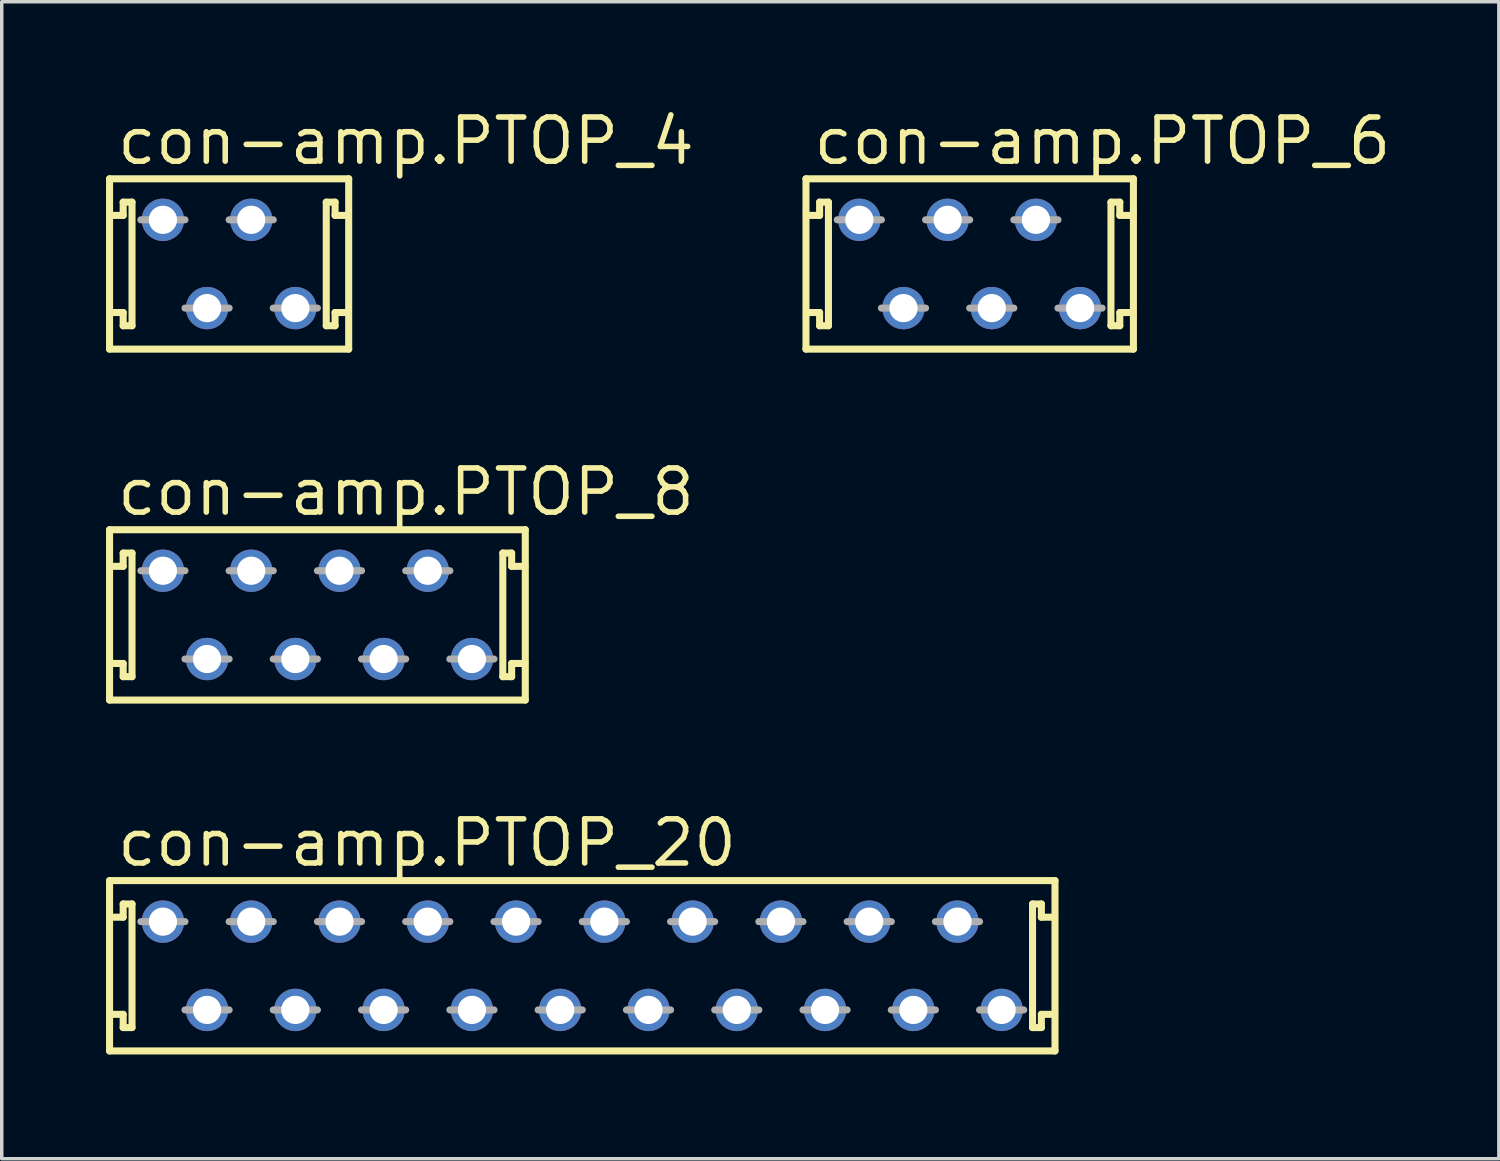
<source format=kicad_pcb>
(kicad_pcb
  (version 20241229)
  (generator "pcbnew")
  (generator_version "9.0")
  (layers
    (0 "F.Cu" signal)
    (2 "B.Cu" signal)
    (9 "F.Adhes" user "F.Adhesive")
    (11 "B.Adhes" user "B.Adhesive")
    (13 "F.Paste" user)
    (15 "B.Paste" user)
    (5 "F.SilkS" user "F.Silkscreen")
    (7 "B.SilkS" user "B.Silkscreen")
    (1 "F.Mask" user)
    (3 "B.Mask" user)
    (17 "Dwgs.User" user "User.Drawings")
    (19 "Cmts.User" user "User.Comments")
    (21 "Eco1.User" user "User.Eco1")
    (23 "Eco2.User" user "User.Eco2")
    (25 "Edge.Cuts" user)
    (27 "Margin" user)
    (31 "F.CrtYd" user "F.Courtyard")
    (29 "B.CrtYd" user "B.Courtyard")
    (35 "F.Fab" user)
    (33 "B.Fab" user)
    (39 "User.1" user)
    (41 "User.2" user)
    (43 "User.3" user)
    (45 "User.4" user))
  (footprint "con-amp.PTOP_6"
    (layer "F.Cu")
    (at 24.848 4.544)
    (property "Reference" "con-amp.PTOP_6" (at -4.572 -2.794 0) (layer "F.SilkS") (effects (font (size 1.27 1.27) (thickness 0.16)) (justify left bottom)))
    (attr through_hole)
    (fp_line (start -4.71 -2.45) (end 4.71 -2.45) (stroke (width 0.203) (type default)) (layer "F.SilkS"))
    (fp_line (start -4.71 2.45) (end -4.71 -2.45) (stroke (width 0.203) (type default)) (layer "F.SilkS"))
    (fp_line (start -4.318 -1.778) (end -4.318 -1.397) (stroke (width 0.203) (type default)) (layer "F.SilkS"))
    (fp_line (start -4.318 -1.397) (end -4.699 -1.397) (stroke (width 0.203) (type default)) (layer "F.SilkS"))
    (fp_line (start -4.318 1.397) (end -4.699 1.397) (stroke (width 0.203) (type default)) (layer "F.SilkS"))
    (fp_line (start -4.318 1.778) (end -4.318 1.397) (stroke (width 0.203) (type default)) (layer "F.SilkS"))
    (fp_line (start -4.064 -1.778) (end -4.318 -1.778) (stroke (width 0.203) (type default)) (layer "F.SilkS"))
    (fp_line (start -4.064 1.778) (end -4.318 1.778) (stroke (width 0.203) (type default)) (layer "F.SilkS"))
    (fp_line (start -4.064 1.778) (end -4.064 -1.778) (stroke (width 0.203) (type default)) (layer "F.SilkS"))
    (fp_line (start 4.064 -1.778) (end 4.064 1.778) (stroke (width 0.203) (type default)) (layer "F.SilkS"))
    (fp_line (start 4.064 -1.778) (end 4.318 -1.778) (stroke (width 0.203) (type default)) (layer "F.SilkS"))
    (fp_line (start 4.064 1.778) (end 4.318 1.778) (stroke (width 0.203) (type default)) (layer "F.SilkS"))
    (fp_line (start 4.318 -1.778) (end 4.318 -1.397) (stroke (width 0.203) (type default)) (layer "F.SilkS"))
    (fp_line (start 4.318 -1.397) (end 4.699 -1.397) (stroke (width 0.203) (type default)) (layer "F.SilkS"))
    (fp_line (start 4.318 1.397) (end 4.699 1.397) (stroke (width 0.203) (type default)) (layer "F.SilkS"))
    (fp_line (start 4.318 1.778) (end 4.318 1.397) (stroke (width 0.203) (type default)) (layer "F.SilkS"))
    (fp_line (start 4.71 -2.45) (end 4.71 2.45) (stroke (width 0.203) (type default)) (layer "F.SilkS"))
    (fp_line (start 4.71 2.45) (end -4.71 2.45) (stroke (width 0.203) (type default)) (layer "F.SilkS"))
    (fp_line (start -3.81 -1.27) (end -2.54 -1.27) (stroke (width 0.203) (type default)) (layer "F.Fab"))
    (fp_line (start -2.54 1.27) (end -1.27 1.27) (stroke (width 0.203) (type default)) (layer "F.Fab"))
    (fp_line (start -1.27 -1.27) (end 0 -1.27) (stroke (width 0.203) (type default)) (layer "F.Fab"))
    (fp_line (start 0 1.27) (end 1.27 1.27) (stroke (width 0.203) (type default)) (layer "F.Fab"))
    (fp_line (start 1.27 -1.27) (end 2.54 -1.27) (stroke (width 0.203) (type default)) (layer "F.Fab"))
    (fp_line (start 2.54 1.27) (end 3.81 1.27) (stroke (width 0.203) (type default)) (layer "F.Fab"))
    (pad "1" thru_hole circle (at -3.175 -1.27) (size 1.219 1.219) (drill 0.813) (layers "*.Cu" "*.Mask"))
    (pad "2" thru_hole circle (at -1.905 1.27) (size 1.219 1.219) (drill 0.813) (layers "*.Cu" "*.Mask"))
    (pad "3" thru_hole circle (at -0.635 -1.27) (size 1.219 1.219) (drill 0.813) (layers "*.Cu" "*.Mask"))
    (pad "4" thru_hole circle (at 0.635 1.27) (size 1.219 1.219) (drill 0.813) (layers "*.Cu" "*.Mask"))
    (pad "5" thru_hole circle (at 1.905 -1.27) (size 1.219 1.219) (drill 0.813) (layers "*.Cu" "*.Mask"))
    (pad "6" thru_hole circle (at 3.175 1.27) (size 1.219 1.219) (drill 0.813) (layers "*.Cu" "*.Mask")))
  (footprint "con-amp.PTOP_8"
    (layer "F.Cu")
    (at 6.082 14.64)
    (property "Reference" "con-amp.PTOP_8" (at -5.842 -2.794 0) (layer "F.SilkS") (effects (font (size 1.27 1.27) (thickness 0.16)) (justify left bottom)))
    (attr through_hole)
    (fp_line (start -5.98 -2.45) (end 5.98 -2.45) (stroke (width 0.203) (type default)) (layer "F.SilkS"))
    (fp_line (start -5.98 2.45) (end -5.98 -2.45) (stroke (width 0.203) (type default)) (layer "F.SilkS"))
    (fp_line (start -5.588 -1.778) (end -5.588 -1.397) (stroke (width 0.203) (type default)) (layer "F.SilkS"))
    (fp_line (start -5.588 -1.397) (end -5.969 -1.397) (stroke (width 0.203) (type default)) (layer "F.SilkS"))
    (fp_line (start -5.588 1.397) (end -5.969 1.397) (stroke (width 0.203) (type default)) (layer "F.SilkS"))
    (fp_line (start -5.588 1.778) (end -5.588 1.397) (stroke (width 0.203) (type default)) (layer "F.SilkS"))
    (fp_line (start -5.334 -1.778) (end -5.588 -1.778) (stroke (width 0.203) (type default)) (layer "F.SilkS"))
    (fp_line (start -5.334 1.778) (end -5.588 1.778) (stroke (width 0.203) (type default)) (layer "F.SilkS"))
    (fp_line (start -5.334 1.778) (end -5.334 -1.778) (stroke (width 0.203) (type default)) (layer "F.SilkS"))
    (fp_line (start 5.334 -1.778) (end 5.334 1.778) (stroke (width 0.203) (type default)) (layer "F.SilkS"))
    (fp_line (start 5.334 -1.778) (end 5.588 -1.778) (stroke (width 0.203) (type default)) (layer "F.SilkS"))
    (fp_line (start 5.334 1.778) (end 5.588 1.778) (stroke (width 0.203) (type default)) (layer "F.SilkS"))
    (fp_line (start 5.588 -1.778) (end 5.588 -1.397) (stroke (width 0.203) (type default)) (layer "F.SilkS"))
    (fp_line (start 5.588 -1.397) (end 5.969 -1.397) (stroke (width 0.203) (type default)) (layer "F.SilkS"))
    (fp_line (start 5.588 1.397) (end 5.969 1.397) (stroke (width 0.203) (type default)) (layer "F.SilkS"))
    (fp_line (start 5.588 1.778) (end 5.588 1.397) (stroke (width 0.203) (type default)) (layer "F.SilkS"))
    (fp_line (start 5.98 -2.45) (end 5.98 2.45) (stroke (width 0.203) (type default)) (layer "F.SilkS"))
    (fp_line (start 5.98 2.45) (end -5.98 2.45) (stroke (width 0.203) (type default)) (layer "F.SilkS"))
    (fp_line (start -5.08 -1.27) (end -3.81 -1.27) (stroke (width 0.203) (type default)) (layer "F.Fab"))
    (fp_line (start -3.81 1.27) (end -2.54 1.27) (stroke (width 0.203) (type default)) (layer "F.Fab"))
    (fp_line (start -2.54 -1.27) (end -1.27 -1.27) (stroke (width 0.203) (type default)) (layer "F.Fab"))
    (fp_line (start -1.27 1.27) (end 0 1.27) (stroke (width 0.203) (type default)) (layer "F.Fab"))
    (fp_line (start 0 -1.27) (end 1.27 -1.27) (stroke (width 0.203) (type default)) (layer "F.Fab"))
    (fp_line (start 1.27 1.27) (end 2.54 1.27) (stroke (width 0.203) (type default)) (layer "F.Fab"))
    (fp_line (start 2.54 -1.27) (end 3.81 -1.27) (stroke (width 0.203) (type default)) (layer "F.Fab"))
    (fp_line (start 3.81 1.27) (end 5.08 1.27) (stroke (width 0.203) (type default)) (layer "F.Fab"))
    (pad "1" thru_hole circle (at -4.445 -1.27) (size 1.219 1.219) (drill 0.813) (layers "*.Cu" "*.Mask"))
    (pad "2" thru_hole circle (at -3.175 1.27) (size 1.219 1.219) (drill 0.813) (layers "*.Cu" "*.Mask"))
    (pad "3" thru_hole circle (at -1.905 -1.27) (size 1.219 1.219) (drill 0.813) (layers "*.Cu" "*.Mask"))
    (pad "4" thru_hole circle (at -0.635 1.27) (size 1.219 1.219) (drill 0.813) (layers "*.Cu" "*.Mask"))
    (pad "5" thru_hole circle (at 0.635 -1.27) (size 1.219 1.219) (drill 0.813) (layers "*.Cu" "*.Mask"))
    (pad "6" thru_hole circle (at 1.905 1.27) (size 1.219 1.219) (drill 0.813) (layers "*.Cu" "*.Mask"))
    (pad "7" thru_hole circle (at 3.175 -1.27) (size 1.219 1.219) (drill 0.813) (layers "*.Cu" "*.Mask"))
    (pad "8" thru_hole circle (at 4.445 1.27) (size 1.219 1.219) (drill 0.813) (layers "*.Cu" "*.Mask")))
  (footprint "con-amp.PTOP_20"
    (layer "F.Cu")
    (at 13.702 24.735)
    (property "Reference" "con-amp.PTOP_20" (at -13.462 -2.794 0) (layer "F.SilkS") (effects (font (size 1.27 1.27) (thickness 0.16)) (justify left bottom)))
    (attr through_hole)
    (fp_line (start -13.6 -2.45) (end 13.6 -2.45) (stroke (width 0.203) (type default)) (layer "F.SilkS"))
    (fp_line (start -13.6 2.45) (end -13.6 -2.45) (stroke (width 0.203) (type default)) (layer "F.SilkS"))
    (fp_line (start -13.208 -1.778) (end -13.208 -1.397) (stroke (width 0.203) (type default)) (layer "F.SilkS"))
    (fp_line (start -13.208 -1.397) (end -13.589 -1.397) (stroke (width 0.203) (type default)) (layer "F.SilkS"))
    (fp_line (start -13.208 1.397) (end -13.589 1.397) (stroke (width 0.203) (type default)) (layer "F.SilkS"))
    (fp_line (start -13.208 1.778) (end -13.208 1.397) (stroke (width 0.203) (type default)) (layer "F.SilkS"))
    (fp_line (start -12.954 -1.778) (end -13.208 -1.778) (stroke (width 0.203) (type default)) (layer "F.SilkS"))
    (fp_line (start -12.954 1.778) (end -13.208 1.778) (stroke (width 0.203) (type default)) (layer "F.SilkS"))
    (fp_line (start -12.954 1.778) (end -12.954 -1.778) (stroke (width 0.203) (type default)) (layer "F.SilkS"))
    (fp_line (start 12.954 -1.778) (end 12.954 1.778) (stroke (width 0.203) (type default)) (layer "F.SilkS"))
    (fp_line (start 12.954 -1.778) (end 13.208 -1.778) (stroke (width 0.203) (type default)) (layer "F.SilkS"))
    (fp_line (start 12.954 1.778) (end 13.208 1.778) (stroke (width 0.203) (type default)) (layer "F.SilkS"))
    (fp_line (start 13.208 -1.778) (end 13.208 -1.397) (stroke (width 0.203) (type default)) (layer "F.SilkS"))
    (fp_line (start 13.208 -1.397) (end 13.589 -1.397) (stroke (width 0.203) (type default)) (layer "F.SilkS"))
    (fp_line (start 13.208 1.397) (end 13.589 1.397) (stroke (width 0.203) (type default)) (layer "F.SilkS"))
    (fp_line (start 13.208 1.778) (end 13.208 1.397) (stroke (width 0.203) (type default)) (layer "F.SilkS"))
    (fp_line (start 13.6 -2.45) (end 13.6 2.45) (stroke (width 0.203) (type default)) (layer "F.SilkS"))
    (fp_line (start 13.6 2.45) (end -13.6 2.45) (stroke (width 0.203) (type default)) (layer "F.SilkS"))
    (fp_line (start -12.7 -1.27) (end -11.43 -1.27) (stroke (width 0.203) (type default)) (layer "F.Fab"))
    (fp_line (start -11.43 1.27) (end -10.16 1.27) (stroke (width 0.203) (type default)) (layer "F.Fab"))
    (fp_line (start -10.16 -1.27) (end -8.89 -1.27) (stroke (width 0.203) (type default)) (layer "F.Fab"))
    (fp_line (start -8.89 1.27) (end -7.62 1.27) (stroke (width 0.203) (type default)) (layer "F.Fab"))
    (fp_line (start -7.62 -1.27) (end -6.35 -1.27) (stroke (width 0.203) (type default)) (layer "F.Fab"))
    (fp_line (start -6.35 1.27) (end -5.08 1.27) (stroke (width 0.203) (type default)) (layer "F.Fab"))
    (fp_line (start -5.08 -1.27) (end -3.81 -1.27) (stroke (width 0.203) (type default)) (layer "F.Fab"))
    (fp_line (start -3.81 1.27) (end -2.54 1.27) (stroke (width 0.203) (type default)) (layer "F.Fab"))
    (fp_line (start -2.54 -1.27) (end -1.27 -1.27) (stroke (width 0.203) (type default)) (layer "F.Fab"))
    (fp_line (start -1.27 1.27) (end 0 1.27) (stroke (width 0.203) (type default)) (layer "F.Fab"))
    (fp_line (start 0 -1.27) (end 1.27 -1.27) (stroke (width 0.203) (type default)) (layer "F.Fab"))
    (fp_line (start 1.27 1.27) (end 2.54 1.27) (stroke (width 0.203) (type default)) (layer "F.Fab"))
    (fp_line (start 2.54 -1.27) (end 3.81 -1.27) (stroke (width 0.203) (type default)) (layer "F.Fab"))
    (fp_line (start 3.81 1.27) (end 5.08 1.27) (stroke (width 0.203) (type default)) (layer "F.Fab"))
    (fp_line (start 5.08 -1.27) (end 6.35 -1.27) (stroke (width 0.203) (type default)) (layer "F.Fab"))
    (fp_line (start 6.35 1.27) (end 7.62 1.27) (stroke (width 0.203) (type default)) (layer "F.Fab"))
    (fp_line (start 7.62 -1.27) (end 8.89 -1.27) (stroke (width 0.203) (type default)) (layer "F.Fab"))
    (fp_line (start 8.89 1.27) (end 10.16 1.27) (stroke (width 0.203) (type default)) (layer "F.Fab"))
    (fp_line (start 10.16 -1.27) (end 11.43 -1.27) (stroke (width 0.203) (type default)) (layer "F.Fab"))
    (fp_line (start 11.43 1.27) (end 12.7 1.27) (stroke (width 0.203) (type default)) (layer "F.Fab"))
    (pad "1" thru_hole circle (at -12.065 -1.27) (size 1.219 1.219) (drill 0.813) (layers "*.Cu" "*.Mask"))
    (pad "2" thru_hole circle (at -10.795 1.27) (size 1.219 1.219) (drill 0.813) (layers "*.Cu" "*.Mask"))
    (pad "3" thru_hole circle (at -9.525 -1.27) (size 1.219 1.219) (drill 0.813) (layers "*.Cu" "*.Mask"))
    (pad "4" thru_hole circle (at -8.255 1.27) (size 1.219 1.219) (drill 0.813) (layers "*.Cu" "*.Mask"))
    (pad "5" thru_hole circle (at -6.985 -1.27) (size 1.219 1.219) (drill 0.813) (layers "*.Cu" "*.Mask"))
    (pad "6" thru_hole circle (at -5.715 1.27) (size 1.219 1.219) (drill 0.813) (layers "*.Cu" "*.Mask"))
    (pad "7" thru_hole circle (at -4.445 -1.27) (size 1.219 1.219) (drill 0.813) (layers "*.Cu" "*.Mask"))
    (pad "8" thru_hole circle (at -3.175 1.27) (size 1.219 1.219) (drill 0.813) (layers "*.Cu" "*.Mask"))
    (pad "9" thru_hole circle (at -1.905 -1.27) (size 1.219 1.219) (drill 0.813) (layers "*.Cu" "*.Mask"))
    (pad "10" thru_hole circle (at -0.635 1.27) (size 1.219 1.219) (drill 0.813) (layers "*.Cu" "*.Mask"))
    (pad "11" thru_hole circle (at 0.635 -1.27) (size 1.219 1.219) (drill 0.813) (layers "*.Cu" "*.Mask"))
    (pad "12" thru_hole circle (at 1.905 1.27) (size 1.219 1.219) (drill 0.813) (layers "*.Cu" "*.Mask"))
    (pad "13" thru_hole circle (at 3.175 -1.27) (size 1.219 1.219) (drill 0.813) (layers "*.Cu" "*.Mask"))
    (pad "14" thru_hole circle (at 4.445 1.27) (size 1.219 1.219) (drill 0.813) (layers "*.Cu" "*.Mask"))
    (pad "15" thru_hole circle (at 5.715 -1.27) (size 1.219 1.219) (drill 0.813) (layers "*.Cu" "*.Mask"))
    (pad "16" thru_hole circle (at 6.985 1.27) (size 1.219 1.219) (drill 0.813) (layers "*.Cu" "*.Mask"))
    (pad "17" thru_hole circle (at 8.255 -1.27) (size 1.219 1.219) (drill 0.813) (layers "*.Cu" "*.Mask"))
    (pad "18" thru_hole circle (at 9.525 1.27) (size 1.219 1.219) (drill 0.813) (layers "*.Cu" "*.Mask"))
    (pad "19" thru_hole circle (at 10.795 -1.27) (size 1.219 1.219) (drill 0.813) (layers "*.Cu" "*.Mask"))
    (pad "20" thru_hole circle (at 12.065 1.27) (size 1.219 1.219) (drill 0.813) (layers "*.Cu" "*.Mask")))
  (footprint "con-amp.PTOP_4"
    (layer "F.Cu")
    (at 3.542 4.544)
    (property "Reference" "con-amp.PTOP_4" (at -3.302 -2.794 0) (layer "F.SilkS") (effects (font (size 1.27 1.27) (thickness 0.16)) (justify left bottom)))
    (attr through_hole)
    (fp_line (start -3.44 -2.45) (end 3.44 -2.45) (stroke (width 0.203) (type default)) (layer "F.SilkS"))
    (fp_line (start -3.44 2.45) (end -3.44 -2.45) (stroke (width 0.203) (type default)) (layer "F.SilkS"))
    (fp_line (start -3.048 -1.778) (end -3.048 -1.397) (stroke (width 0.203) (type default)) (layer "F.SilkS"))
    (fp_line (start -3.048 -1.397) (end -3.429 -1.397) (stroke (width 0.203) (type default)) (layer "F.SilkS"))
    (fp_line (start -3.048 1.397) (end -3.429 1.397) (stroke (width 0.203) (type default)) (layer "F.SilkS"))
    (fp_line (start -3.048 1.778) (end -3.048 1.397) (stroke (width 0.203) (type default)) (layer "F.SilkS"))
    (fp_line (start -2.794 -1.778) (end -3.048 -1.778) (stroke (width 0.203) (type default)) (layer "F.SilkS"))
    (fp_line (start -2.794 1.778) (end -3.048 1.778) (stroke (width 0.203) (type default)) (layer "F.SilkS"))
    (fp_line (start -2.794 1.778) (end -2.794 -1.778) (stroke (width 0.203) (type default)) (layer "F.SilkS"))
    (fp_line (start 2.794 -1.778) (end 2.794 1.778) (stroke (width 0.203) (type default)) (layer "F.SilkS"))
    (fp_line (start 2.794 -1.778) (end 3.048 -1.778) (stroke (width 0.203) (type default)) (layer "F.SilkS"))
    (fp_line (start 2.794 1.778) (end 3.048 1.778) (stroke (width 0.203) (type default)) (layer "F.SilkS"))
    (fp_line (start 3.048 -1.778) (end 3.048 -1.397) (stroke (width 0.203) (type default)) (layer "F.SilkS"))
    (fp_line (start 3.048 -1.397) (end 3.429 -1.397) (stroke (width 0.203) (type default)) (layer "F.SilkS"))
    (fp_line (start 3.048 1.397) (end 3.429 1.397) (stroke (width 0.203) (type default)) (layer "F.SilkS"))
    (fp_line (start 3.048 1.778) (end 3.048 1.397) (stroke (width 0.203) (type default)) (layer "F.SilkS"))
    (fp_line (start 3.44 -2.45) (end 3.44 2.45) (stroke (width 0.203) (type default)) (layer "F.SilkS"))
    (fp_line (start 3.44 2.45) (end -3.44 2.45) (stroke (width 0.203) (type default)) (layer "F.SilkS"))
    (fp_line (start -2.54 -1.27) (end -1.27 -1.27) (stroke (width 0.203) (type default)) (layer "F.Fab"))
    (fp_line (start -1.27 1.27) (end 0 1.27) (stroke (width 0.203) (type default)) (layer "F.Fab"))
    (fp_line (start 0 -1.27) (end 1.27 -1.27) (stroke (width 0.203) (type default)) (layer "F.Fab"))
    (fp_line (start 1.27 1.27) (end 2.54 1.27) (stroke (width 0.203) (type default)) (layer "F.Fab"))
    (pad "1" thru_hole circle (at -1.905 -1.27) (size 1.219 1.219) (drill 0.813) (layers "*.Cu" "*.Mask"))
    (pad "2" thru_hole circle (at -0.635 1.27) (size 1.219 1.219) (drill 0.813) (layers "*.Cu" "*.Mask"))
    (pad "3" thru_hole circle (at 0.635 -1.27) (size 1.219 1.219) (drill 0.813) (layers "*.Cu" "*.Mask"))
    (pad "4" thru_hole circle (at 1.905 1.27) (size 1.219 1.219) (drill 0.813) (layers "*.Cu" "*.Mask")))
  (gr_rect
    (start -3 -3)
    (end 40.072 30.287)
    (stroke (width 0.1) (type default))
    (fill no)
    (layer "Edge.Cuts")))
</source>
